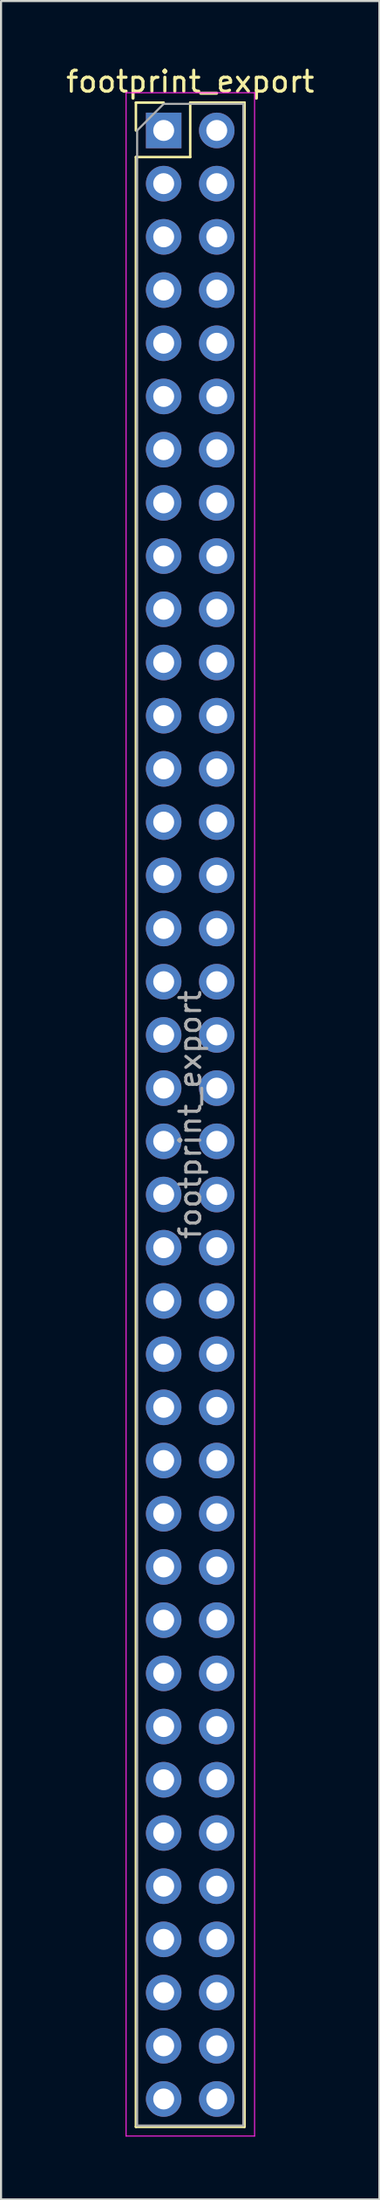
<source format=kicad_pcb>
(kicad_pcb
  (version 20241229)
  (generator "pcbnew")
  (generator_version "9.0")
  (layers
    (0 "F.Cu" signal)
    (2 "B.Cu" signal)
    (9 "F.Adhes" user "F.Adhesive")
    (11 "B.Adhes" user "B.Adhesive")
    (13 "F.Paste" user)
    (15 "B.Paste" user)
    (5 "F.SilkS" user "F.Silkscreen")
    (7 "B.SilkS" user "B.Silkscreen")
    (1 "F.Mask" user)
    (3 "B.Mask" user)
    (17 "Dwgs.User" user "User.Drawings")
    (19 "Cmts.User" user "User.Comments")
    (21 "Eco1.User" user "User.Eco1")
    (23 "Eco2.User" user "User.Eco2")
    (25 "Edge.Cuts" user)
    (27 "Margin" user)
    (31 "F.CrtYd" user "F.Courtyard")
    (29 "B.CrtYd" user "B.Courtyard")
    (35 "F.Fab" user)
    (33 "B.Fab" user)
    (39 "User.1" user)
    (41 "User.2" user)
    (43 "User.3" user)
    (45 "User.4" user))
  (footprint "footprint_export"
    (layer "F.Cu")
    (at 4.784 3.178)
    (property "Reference" "footprint_export" (at 1.27 -2.33 0) (layer "F.SilkS") (effects (font (size 1 1) (thickness 0.15))))
    (attr through_hole)
    (fp_line (start -1.33 -1.33) (end 0 -1.33) (stroke (width 0.12) (type solid)) (layer "F.SilkS"))
    (fp_line (start -1.33 0) (end -1.33 -1.33) (stroke (width 0.12) (type solid)) (layer "F.SilkS"))
    (fp_line (start -1.33 1.27) (end -1.33 95.31) (stroke (width 0.12) (type solid)) (layer "F.SilkS"))
    (fp_line (start -1.33 1.27) (end 1.27 1.27) (stroke (width 0.12) (type solid)) (layer "F.SilkS"))
    (fp_line (start -1.33 95.31) (end 3.87 95.31) (stroke (width 0.12) (type solid)) (layer "F.SilkS"))
    (fp_line (start 1.27 -1.33) (end 3.87 -1.33) (stroke (width 0.12) (type solid)) (layer "F.SilkS"))
    (fp_line (start 1.27 1.27) (end 1.27 -1.33) (stroke (width 0.12) (type solid)) (layer "F.SilkS"))
    (fp_line (start 3.87 -1.33) (end 3.87 95.31) (stroke (width 0.12) (type solid)) (layer "F.SilkS"))
    (fp_line (start -1.8 -1.8) (end -1.8 95.75) (stroke (width 0.05) (type solid)) (layer "F.CrtYd"))
    (fp_line (start -1.8 95.75) (end 4.35 95.75) (stroke (width 0.05) (type solid)) (layer "F.CrtYd"))
    (fp_line (start 4.35 -1.8) (end -1.8 -1.8) (stroke (width 0.05) (type solid)) (layer "F.CrtYd"))
    (fp_line (start 4.35 95.75) (end 4.35 -1.8) (stroke (width 0.05) (type solid)) (layer "F.CrtYd"))
    (fp_line (start -1.27 0) (end 0 -1.27) (stroke (width 0.1) (type solid)) (layer "F.Fab"))
    (fp_line (start -1.27 95.25) (end -1.27 0) (stroke (width 0.1) (type solid)) (layer "F.Fab"))
    (fp_line (start 0 -1.27) (end 3.81 -1.27) (stroke (width 0.1) (type solid)) (layer "F.Fab"))
    (fp_line (start 3.81 -1.27) (end 3.81 95.25) (stroke (width 0.1) (type solid)) (layer "F.Fab"))
    (fp_line (start 3.81 95.25) (end -1.27 95.25) (stroke (width 0.1) (type solid)) (layer "F.Fab"))
    (fp_text user "${REFERENCE}" (at 1.27 46.99 90) (layer "F.Fab") (effects (font (size 1 1) (thickness 0.15))))
    (pad "1" thru_hole rect (at 0 0) (size 1.7 1.7) (drill 1) (layers "*.Cu" "*.Mask"))
    (pad "2" thru_hole oval (at 2.54 0) (size 1.7 1.7) (drill 1) (layers "*.Cu" "*.Mask"))
    (pad "3" thru_hole oval (at 0 2.54) (size 1.7 1.7) (drill 1) (layers "*.Cu" "*.Mask"))
    (pad "4" thru_hole oval (at 2.54 2.54) (size 1.7 1.7) (drill 1) (layers "*.Cu" "*.Mask"))
    (pad "5" thru_hole oval (at 0 5.08) (size 1.7 1.7) (drill 1) (layers "*.Cu" "*.Mask"))
    (pad "6" thru_hole oval (at 2.54 5.08) (size 1.7 1.7) (drill 1) (layers "*.Cu" "*.Mask"))
    (pad "7" thru_hole oval (at 0 7.62) (size 1.7 1.7) (drill 1) (layers "*.Cu" "*.Mask"))
    (pad "8" thru_hole oval (at 2.54 7.62) (size 1.7 1.7) (drill 1) (layers "*.Cu" "*.Mask"))
    (pad "9" thru_hole oval (at 0 10.16) (size 1.7 1.7) (drill 1) (layers "*.Cu" "*.Mask"))
    (pad "10" thru_hole oval (at 2.54 10.16) (size 1.7 1.7) (drill 1) (layers "*.Cu" "*.Mask"))
    (pad "11" thru_hole oval (at 0 12.7) (size 1.7 1.7) (drill 1) (layers "*.Cu" "*.Mask"))
    (pad "12" thru_hole oval (at 2.54 12.7) (size 1.7 1.7) (drill 1) (layers "*.Cu" "*.Mask"))
    (pad "13" thru_hole oval (at 0 15.24) (size 1.7 1.7) (drill 1) (layers "*.Cu" "*.Mask"))
    (pad "14" thru_hole oval (at 2.54 15.24) (size 1.7 1.7) (drill 1) (layers "*.Cu" "*.Mask"))
    (pad "15" thru_hole oval (at 0 17.78) (size 1.7 1.7) (drill 1) (layers "*.Cu" "*.Mask"))
    (pad "16" thru_hole oval (at 2.54 17.78) (size 1.7 1.7) (drill 1) (layers "*.Cu" "*.Mask"))
    (pad "17" thru_hole oval (at 0 20.32) (size 1.7 1.7) (drill 1) (layers "*.Cu" "*.Mask"))
    (pad "18" thru_hole oval (at 2.54 20.32) (size 1.7 1.7) (drill 1) (layers "*.Cu" "*.Mask"))
    (pad "19" thru_hole oval (at 0 22.86) (size 1.7 1.7) (drill 1) (layers "*.Cu" "*.Mask"))
    (pad "20" thru_hole oval (at 2.54 22.86) (size 1.7 1.7) (drill 1) (layers "*.Cu" "*.Mask"))
    (pad "21" thru_hole oval (at 0 25.4) (size 1.7 1.7) (drill 1) (layers "*.Cu" "*.Mask"))
    (pad "22" thru_hole oval (at 2.54 25.4) (size 1.7 1.7) (drill 1) (layers "*.Cu" "*.Mask"))
    (pad "23" thru_hole oval (at 0 27.94) (size 1.7 1.7) (drill 1) (layers "*.Cu" "*.Mask"))
    (pad "24" thru_hole oval (at 2.54 27.94) (size 1.7 1.7) (drill 1) (layers "*.Cu" "*.Mask"))
    (pad "25" thru_hole oval (at 0 30.48) (size 1.7 1.7) (drill 1) (layers "*.Cu" "*.Mask"))
    (pad "26" thru_hole oval (at 2.54 30.48) (size 1.7 1.7) (drill 1) (layers "*.Cu" "*.Mask"))
    (pad "27" thru_hole oval (at 0 33.02) (size 1.7 1.7) (drill 1) (layers "*.Cu" "*.Mask"))
    (pad "28" thru_hole oval (at 2.54 33.02) (size 1.7 1.7) (drill 1) (layers "*.Cu" "*.Mask"))
    (pad "29" thru_hole oval (at 0 35.56) (size 1.7 1.7) (drill 1) (layers "*.Cu" "*.Mask"))
    (pad "30" thru_hole oval (at 2.54 35.56) (size 1.7 1.7) (drill 1) (layers "*.Cu" "*.Mask"))
    (pad "31" thru_hole oval (at 0 38.1) (size 1.7 1.7) (drill 1) (layers "*.Cu" "*.Mask"))
    (pad "32" thru_hole oval (at 2.54 38.1) (size 1.7 1.7) (drill 1) (layers "*.Cu" "*.Mask"))
    (pad "33" thru_hole oval (at 0 40.64) (size 1.7 1.7) (drill 1) (layers "*.Cu" "*.Mask"))
    (pad "34" thru_hole oval (at 2.54 40.64) (size 1.7 1.7) (drill 1) (layers "*.Cu" "*.Mask"))
    (pad "35" thru_hole oval (at 0 43.18) (size 1.7 1.7) (drill 1) (layers "*.Cu" "*.Mask"))
    (pad "36" thru_hole oval (at 2.54 43.18) (size 1.7 1.7) (drill 1) (layers "*.Cu" "*.Mask"))
    (pad "37" thru_hole oval (at 0 45.72) (size 1.7 1.7) (drill 1) (layers "*.Cu" "*.Mask"))
    (pad "38" thru_hole oval (at 2.54 45.72) (size 1.7 1.7) (drill 1) (layers "*.Cu" "*.Mask"))
    (pad "39" thru_hole oval (at 0 48.26) (size 1.7 1.7) (drill 1) (layers "*.Cu" "*.Mask"))
    (pad "40" thru_hole oval (at 2.54 48.26) (size 1.7 1.7) (drill 1) (layers "*.Cu" "*.Mask"))
    (pad "41" thru_hole oval (at 0 50.8) (size 1.7 1.7) (drill 1) (layers "*.Cu" "*.Mask"))
    (pad "42" thru_hole oval (at 2.54 50.8) (size 1.7 1.7) (drill 1) (layers "*.Cu" "*.Mask"))
    (pad "43" thru_hole oval (at 0 53.34) (size 1.7 1.7) (drill 1) (layers "*.Cu" "*.Mask"))
    (pad "44" thru_hole oval (at 2.54 53.34) (size 1.7 1.7) (drill 1) (layers "*.Cu" "*.Mask"))
    (pad "45" thru_hole oval (at 0 55.88) (size 1.7 1.7) (drill 1) (layers "*.Cu" "*.Mask"))
    (pad "46" thru_hole oval (at 2.54 55.88) (size 1.7 1.7) (drill 1) (layers "*.Cu" "*.Mask"))
    (pad "47" thru_hole oval (at 0 58.42) (size 1.7 1.7) (drill 1) (layers "*.Cu" "*.Mask"))
    (pad "48" thru_hole oval (at 2.54 58.42) (size 1.7 1.7) (drill 1) (layers "*.Cu" "*.Mask"))
    (pad "49" thru_hole oval (at 0 60.96) (size 1.7 1.7) (drill 1) (layers "*.Cu" "*.Mask"))
    (pad "50" thru_hole oval (at 2.54 60.96) (size 1.7 1.7) (drill 1) (layers "*.Cu" "*.Mask"))
    (pad "51" thru_hole oval (at 0 63.5) (size 1.7 1.7) (drill 1) (layers "*.Cu" "*.Mask"))
    (pad "52" thru_hole oval (at 2.54 63.5) (size 1.7 1.7) (drill 1) (layers "*.Cu" "*.Mask"))
    (pad "53" thru_hole oval (at 0 66.04) (size 1.7 1.7) (drill 1) (layers "*.Cu" "*.Mask"))
    (pad "54" thru_hole oval (at 2.54 66.04) (size 1.7 1.7) (drill 1) (layers "*.Cu" "*.Mask"))
    (pad "55" thru_hole oval (at 0 68.58) (size 1.7 1.7) (drill 1) (layers "*.Cu" "*.Mask"))
    (pad "56" thru_hole oval (at 2.54 68.58) (size 1.7 1.7) (drill 1) (layers "*.Cu" "*.Mask"))
    (pad "57" thru_hole oval (at 0 71.12) (size 1.7 1.7) (drill 1) (layers "*.Cu" "*.Mask"))
    (pad "58" thru_hole oval (at 2.54 71.12) (size 1.7 1.7) (drill 1) (layers "*.Cu" "*.Mask"))
    (pad "59" thru_hole oval (at 0 73.66) (size 1.7 1.7) (drill 1) (layers "*.Cu" "*.Mask"))
    (pad "60" thru_hole oval (at 2.54 73.66) (size 1.7 1.7) (drill 1) (layers "*.Cu" "*.Mask"))
    (pad "61" thru_hole oval (at 0 76.2) (size 1.7 1.7) (drill 1) (layers "*.Cu" "*.Mask"))
    (pad "62" thru_hole oval (at 2.54 76.2) (size 1.7 1.7) (drill 1) (layers "*.Cu" "*.Mask"))
    (pad "63" thru_hole oval (at 0 78.74) (size 1.7 1.7) (drill 1) (layers "*.Cu" "*.Mask"))
    (pad "64" thru_hole oval (at 2.54 78.74) (size 1.7 1.7) (drill 1) (layers "*.Cu" "*.Mask"))
    (pad "65" thru_hole oval (at 0 81.28) (size 1.7 1.7) (drill 1) (layers "*.Cu" "*.Mask"))
    (pad "66" thru_hole oval (at 2.54 81.28) (size 1.7 1.7) (drill 1) (layers "*.Cu" "*.Mask"))
    (pad "67" thru_hole oval (at 0 83.82) (size 1.7 1.7) (drill 1) (layers "*.Cu" "*.Mask"))
    (pad "68" thru_hole oval (at 2.54 83.82) (size 1.7 1.7) (drill 1) (layers "*.Cu" "*.Mask"))
    (pad "69" thru_hole oval (at 0 86.36) (size 1.7 1.7) (drill 1) (layers "*.Cu" "*.Mask"))
    (pad "70" thru_hole oval (at 2.54 86.36) (size 1.7 1.7) (drill 1) (layers "*.Cu" "*.Mask"))
    (pad "71" thru_hole oval (at 0 88.9) (size 1.7 1.7) (drill 1) (layers "*.Cu" "*.Mask"))
    (pad "72" thru_hole oval (at 2.54 88.9) (size 1.7 1.7) (drill 1) (layers "*.Cu" "*.Mask"))
    (pad "73" thru_hole oval (at 0 91.44) (size 1.7 1.7) (drill 1) (layers "*.Cu" "*.Mask"))
    (pad "74" thru_hole oval (at 2.54 91.44) (size 1.7 1.7) (drill 1) (layers "*.Cu" "*.Mask"))
    (pad "75" thru_hole oval (at 0 93.98) (size 1.7 1.7) (drill 1) (layers "*.Cu" "*.Mask"))
    (pad "76" thru_hole oval (at 2.54 93.98) (size 1.7 1.7) (drill 1) (layers "*.Cu" "*.Mask")))
  (gr_rect
    (start -3 -3)
    (end 15.107 101.953)
    (stroke (width 0.1) (type default))
    (fill no)
    (layer "Edge.Cuts")))
</source>
